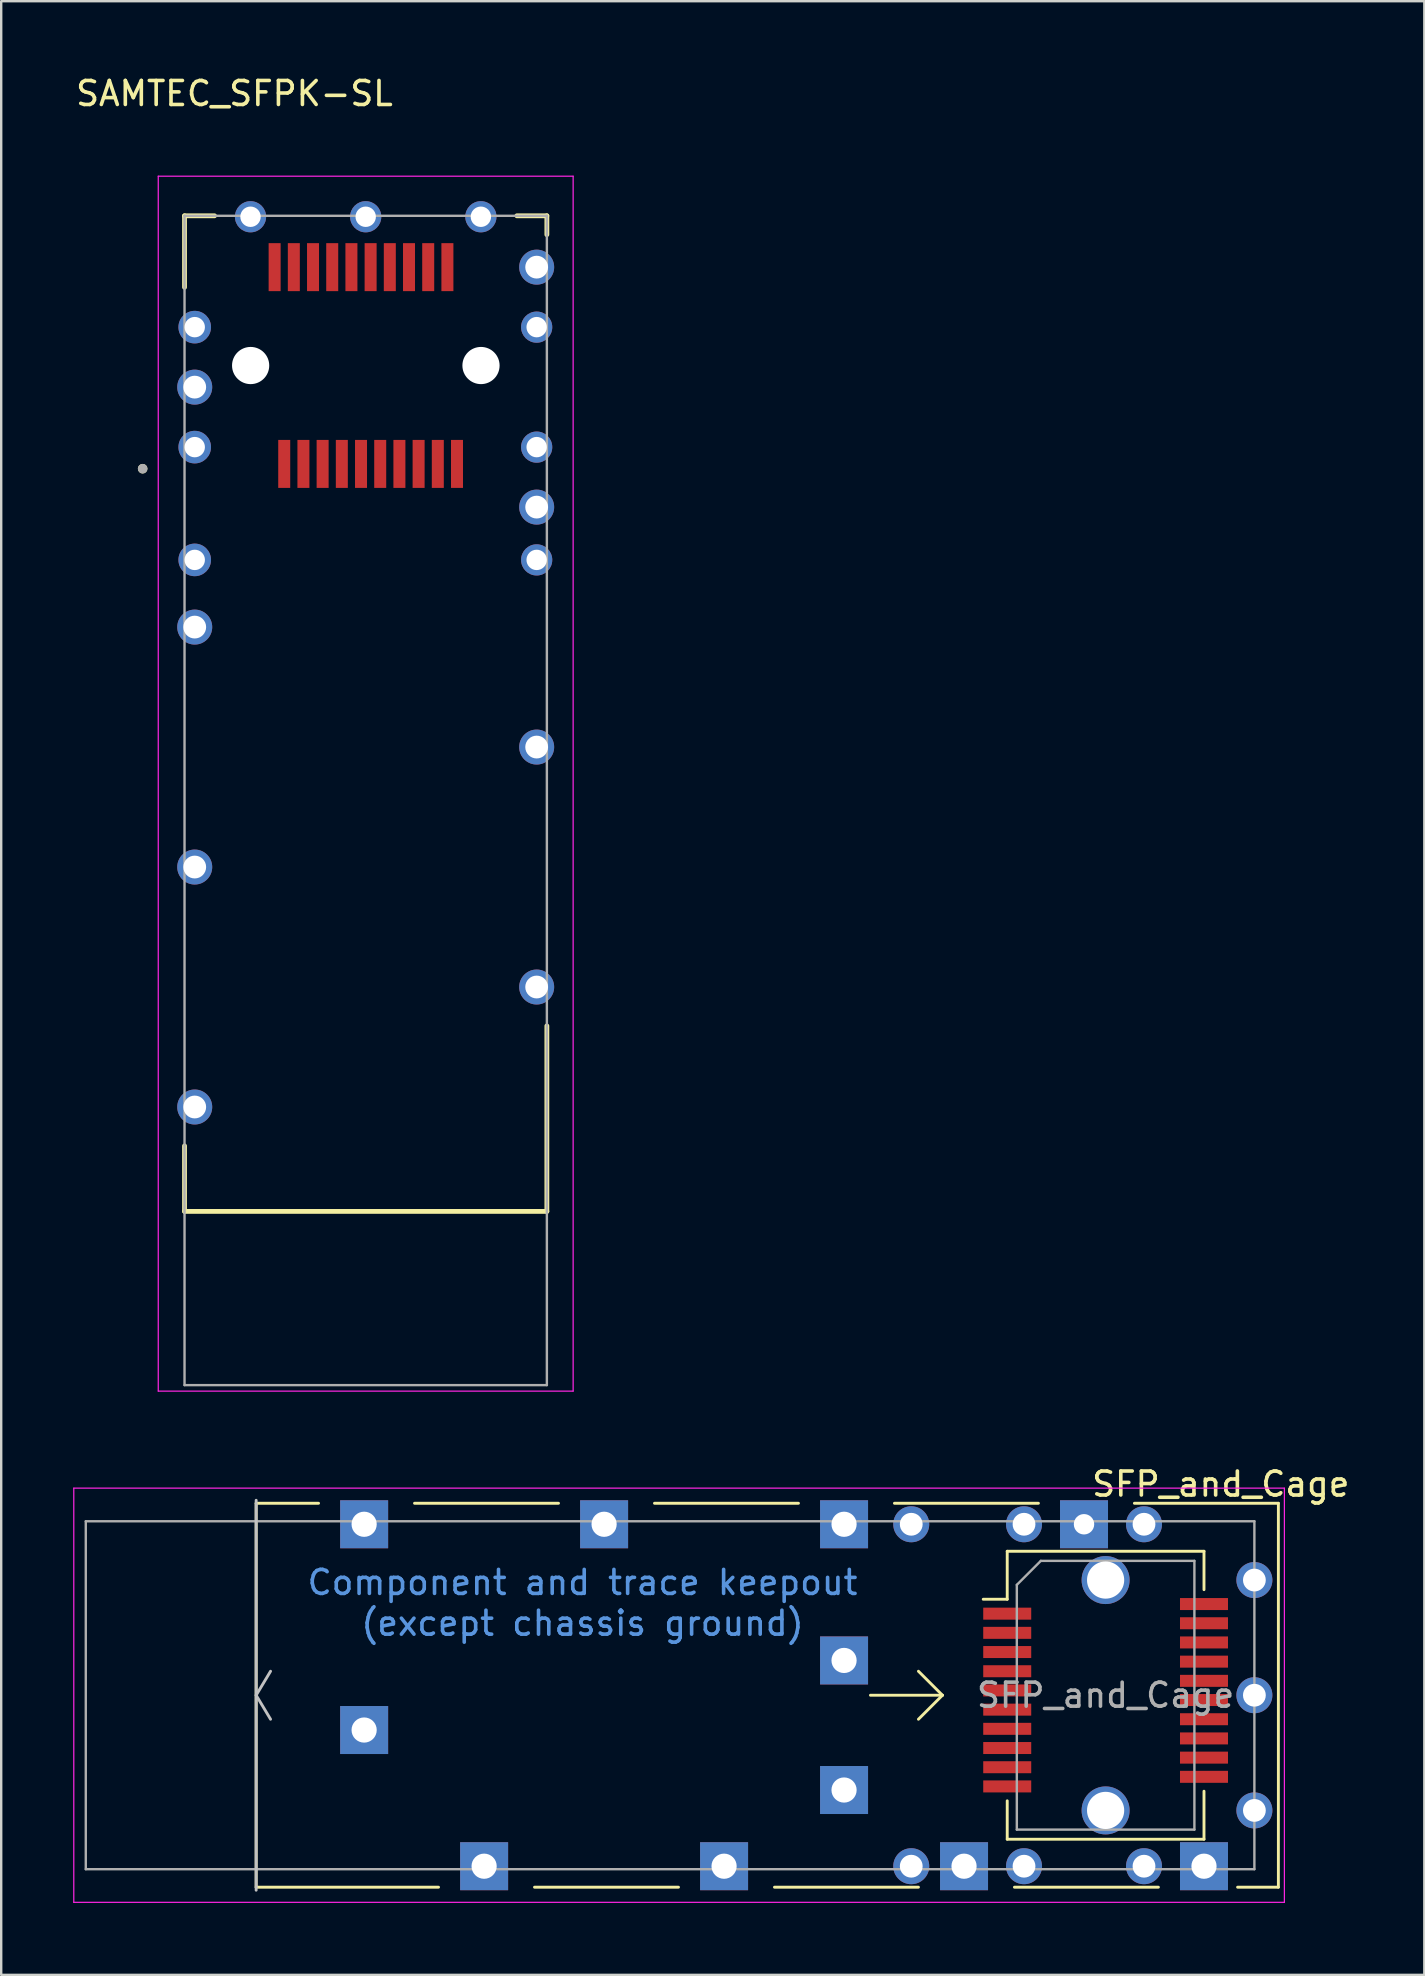
<source format=kicad_pcb>
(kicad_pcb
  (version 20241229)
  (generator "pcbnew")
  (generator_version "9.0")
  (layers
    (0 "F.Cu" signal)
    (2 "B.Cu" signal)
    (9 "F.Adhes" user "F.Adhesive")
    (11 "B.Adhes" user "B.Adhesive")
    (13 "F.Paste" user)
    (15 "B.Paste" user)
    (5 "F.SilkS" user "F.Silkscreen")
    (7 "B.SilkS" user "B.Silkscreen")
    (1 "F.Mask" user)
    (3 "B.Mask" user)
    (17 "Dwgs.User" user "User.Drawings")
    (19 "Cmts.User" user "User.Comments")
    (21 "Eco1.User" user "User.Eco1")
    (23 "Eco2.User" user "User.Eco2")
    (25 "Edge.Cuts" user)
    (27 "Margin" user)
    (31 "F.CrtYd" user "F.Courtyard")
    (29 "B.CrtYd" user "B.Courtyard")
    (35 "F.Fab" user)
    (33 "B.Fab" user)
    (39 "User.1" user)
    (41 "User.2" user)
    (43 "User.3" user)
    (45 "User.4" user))
  (footprint "SFP_and_Cage"
    (layer "F.Cu")
    (at 49.225 67.597)
    (property "Reference" "SFP_and_Cage" (at -1.4 -8.8 0) (layer "F.SilkS") (effects (font (size 1 1) (thickness 0.15))))
    (fp_line (start -41.6 8) (end -41.6 -8) (stroke (width 0.12) (type solid)) (layer "F.SilkS"))
    (fp_line (start -39 -8) (end -41.6 -8) (stroke (width 0.12) (type solid)) (layer "F.SilkS"))
    (fp_line (start -34 8) (end -41.6 8) (stroke (width 0.12) (type solid)) (layer "F.SilkS"))
    (fp_line (start -30 8) (end -24 8) (stroke (width 0.12) (type solid)) (layer "F.SilkS"))
    (fp_line (start -29 -8) (end -35 -8) (stroke (width 0.12) (type solid)) (layer "F.SilkS"))
    (fp_line (start -20 8) (end -14 8) (stroke (width 0.12) (type solid)) (layer "F.SilkS"))
    (fp_line (start -19 -8) (end -25 -8) (stroke (width 0.12) (type solid)) (layer "F.SilkS"))
    (fp_line (start -13 0) (end -16 0) (stroke (width 0.12) (type solid)) (layer "F.SilkS"))
    (fp_line (start -13 0) (end -14 -1) (stroke (width 0.12) (type solid)) (layer "F.SilkS"))
    (fp_line (start -13 0) (end -14 1) (stroke (width 0.12) (type solid)) (layer "F.SilkS"))
    (fp_line (start -10.3 -6) (end -10.3 -4) (stroke (width 0.12) (type solid)) (layer "F.SilkS"))
    (fp_line (start -10.3 -4) (end -11.3 -4) (stroke (width 0.12) (type solid)) (layer "F.SilkS"))
    (fp_line (start -10.3 4.4) (end -10.3 6) (stroke (width 0.12) (type solid)) (layer "F.SilkS"))
    (fp_line (start -10 8) (end -4 8) (stroke (width 0.12) (type solid)) (layer "F.SilkS"))
    (fp_line (start -9 -8) (end -15 -8) (stroke (width 0.12) (type solid)) (layer "F.SilkS"))
    (fp_line (start -2.1 -6) (end -10.3 -6) (stroke (width 0.12) (type solid)) (layer "F.SilkS"))
    (fp_line (start -2.1 -4.4) (end -2.1 -6) (stroke (width 0.12) (type solid)) (layer "F.SilkS"))
    (fp_line (start -2.1 4) (end -2.1 6) (stroke (width 0.12) (type solid)) (layer "F.SilkS"))
    (fp_line (start -2.1 6) (end -10.3 6) (stroke (width 0.12) (type solid)) (layer "F.SilkS"))
    (fp_line (start -0.7 8) (end 1 8) (stroke (width 0.12) (type solid)) (layer "F.SilkS"))
    (fp_line (start 1 -8) (end -5 -8) (stroke (width 0.12) (type solid)) (layer "F.SilkS"))
    (fp_line (start 1 8) (end 1 -8) (stroke (width 0.12) (type solid)) (layer "F.SilkS"))
    (fp_line (start -41.6 0) (end -41 -1) (stroke (width 0.12) (type solid)) (layer "Dwgs.User"))
    (fp_line (start -41.6 8.125) (end -41.6 -8.125) (stroke (width 0.12) (type solid)) (layer "Dwgs.User"))
    (fp_line (start -41 1) (end -41.6 0) (stroke (width 0.12) (type solid)) (layer "Dwgs.User"))
    (fp_line (start -49.2 -8.63) (end -49.2 8.63) (stroke (width 0.05) (type solid)) (layer "F.CrtYd"))
    (fp_line (start -49.2 -8.63) (end 1.25 -8.63) (stroke (width 0.05) (type solid)) (layer "F.CrtYd"))
    (fp_line (start 1.25 8.63) (end -49.2 8.63) (stroke (width 0.05) (type solid)) (layer "F.CrtYd"))
    (fp_line (start 1.25 8.63) (end 1.25 -8.63) (stroke (width 0.05) (type solid)) (layer "F.CrtYd"))
    (fp_line (start -48.7 -7.25) (end -48.7 7.25) (stroke (width 0.1) (type solid)) (layer "F.Fab"))
    (fp_line (start -9.9 -4.6) (end -9.9 5.6) (stroke (width 0.1) (type solid)) (layer "F.Fab"))
    (fp_line (start -9.9 -4.6) (end -8.9 -5.6) (stroke (width 0.1) (type solid)) (layer "F.Fab"))
    (fp_line (start -2.5 -5.6) (end -8.9 -5.6) (stroke (width 0.1) (type solid)) (layer "F.Fab"))
    (fp_line (start -2.5 -5.6) (end -2.5 5.6) (stroke (width 0.1) (type solid)) (layer "F.Fab"))
    (fp_line (start -2.5 5.6) (end -9.9 5.6) (stroke (width 0.1) (type solid)) (layer "F.Fab"))
    (fp_line (start 0 -7.25) (end -48.7 -7.25) (stroke (width 0.1) (type solid)) (layer "F.Fab"))
    (fp_line (start 0 -7.25) (end 0 7.25) (stroke (width 0.1) (type solid)) (layer "F.Fab"))
    (fp_line (start 0 7.25) (end -48.7 7.25) (stroke (width 0.1) (type solid)) (layer "F.Fab"))
    (fp_text user "Component and trace keepout" (at -28 -4.7 0) (layer "Cmts.User") (effects (font (size 1 1) (thickness 0.15))))
    (fp_text user "(except chassis ground)" (at -28 -3 0) (layer "Cmts.User") (effects (font (size 1 1) (thickness 0.15))))
    (fp_text user "${REFERENCE}" (at -6.2 0 0) (layer "F.Fab") (effects (font (size 1 1) (thickness 0.15))))
    (pad "" np_thru_hole circle (at -6.2 -4.8) (size 2 2) (drill 1.55) (layers "*.Cu" "*.Mask"))
    (pad "" np_thru_hole circle (at -6.2 4.8) (size 2 2) (drill 1.55) (layers "*.Cu" "*.Mask"))
    (pad "1" smd rect (at -10.3 -3.4) (size 2 0.5) (layers "F.Cu" "F.Mask" "F.Paste"))
    (pad "2" smd rect (at -10.3 -2.6) (size 2 0.5) (layers "F.Cu" "F.Mask" "F.Paste"))
    (pad "3" smd rect (at -10.3 -1.8) (size 2 0.5) (layers "F.Cu" "F.Mask" "F.Paste"))
    (pad "4" smd rect (at -10.3 -1) (size 2 0.5) (layers "F.Cu" "F.Mask" "F.Paste"))
    (pad "5" smd rect (at -10.3 -0.2) (size 2 0.5) (layers "F.Cu" "F.Mask" "F.Paste"))
    (pad "6" smd rect (at -10.3 0.6) (size 2 0.5) (layers "F.Cu" "F.Mask" "F.Paste"))
    (pad "7" smd rect (at -10.3 1.4) (size 2 0.5) (layers "F.Cu" "F.Mask" "F.Paste"))
    (pad "8" smd rect (at -10.3 2.2) (size 2 0.5) (layers "F.Cu" "F.Mask" "F.Paste"))
    (pad "9" smd rect (at -10.3 3) (size 2 0.5) (layers "F.Cu" "F.Mask" "F.Paste"))
    (pad "10" smd rect (at -10.3 3.8) (size 2 0.5) (layers "F.Cu" "F.Mask" "F.Paste"))
    (pad "11" smd rect (at -2.1 3.4) (size 2 0.5) (layers "F.Cu" "F.Mask" "F.Paste"))
    (pad "12" smd rect (at -2.1 2.6) (size 2 0.5) (layers "F.Cu" "F.Mask" "F.Paste"))
    (pad "13" smd rect (at -2.1 1.8) (size 2 0.5) (layers "F.Cu" "F.Mask" "F.Paste"))
    (pad "14" smd rect (at -2.1 1) (size 2 0.5) (layers "F.Cu" "F.Mask" "F.Paste"))
    (pad "15" smd rect (at -2.1 0.2) (size 2 0.5) (layers "F.Cu" "F.Mask" "F.Paste"))
    (pad "16" smd rect (at -2.1 -0.6) (size 2 0.5) (layers "F.Cu" "F.Mask" "F.Paste"))
    (pad "17" smd rect (at -2.1 -1.4) (size 2 0.5) (layers "F.Cu" "F.Mask" "F.Paste"))
    (pad "18" smd rect (at -2.1 -2.2) (size 2 0.5) (layers "F.Cu" "F.Mask" "F.Paste"))
    (pad "19" smd rect (at -2.1 -3) (size 2 0.5) (layers "F.Cu" "F.Mask" "F.Paste"))
    (pad "20" smd rect (at -2.1 -3.8) (size 2 0.5) (layers "F.Cu" "F.Mask" "F.Paste"))
    (pad "CAGE" thru_hole rect (at -37.1 -7.125) (size 2 2) (drill 1.05) (layers "*.Cu" "*.Mask"))
    (pad "CAGE" thru_hole rect (at -37.1 1.45) (size 2 2) (drill 1.05) (layers "*.Cu" "*.Mask"))
    (pad "CAGE" thru_hole rect (at -32.1 7.125) (size 2 2) (drill 1.05) (layers "*.Cu" "*.Mask"))
    (pad "CAGE" thru_hole rect (at -27.1 -7.125) (size 2 2) (drill 1.05) (layers "*.Cu" "*.Mask"))
    (pad "CAGE" thru_hole rect (at -22.1 7.125) (size 2 2) (drill 1.05) (layers "*.Cu" "*.Mask"))
    (pad "CAGE" thru_hole rect (at -17.1 -7.125) (size 2 2) (drill 1.05) (layers "*.Cu" "*.Mask"))
    (pad "CAGE" thru_hole rect (at -17.1 -1.45) (size 2 2) (drill 1.05) (layers "*.Cu" "*.Mask"))
    (pad "CAGE" thru_hole rect (at -17.1 3.95) (size 2 2) (drill 1.05) (layers "*.Cu" "*.Mask"))
    (pad "CAGE" thru_hole circle (at -14.3 -7.125) (size 1.5 1.5) (drill 0.95) (layers "*.Cu" "*.Mask"))
    (pad "CAGE" thru_hole circle (at -14.3 7.125) (size 1.5 1.5) (drill 0.95) (layers "*.Cu" "*.Mask"))
    (pad "CAGE" thru_hole rect (at -12.1 7.125) (size 2 2) (drill 1.05) (layers "*.Cu" "*.Mask"))
    (pad "CAGE" thru_hole circle (at -9.6 -7.125) (size 1.5 1.5) (drill 0.95) (layers "*.Cu" "*.Mask"))
    (pad "CAGE" thru_hole circle (at -9.6 7.125) (size 1.5 1.5) (drill 0.95) (layers "*.Cu" "*.Mask"))
    (pad "CAGE" thru_hole rect (at -7.1 -7.125) (size 2 2) (drill 0.85) (layers "*.Cu" "*.Mask"))
    (pad "CAGE" thru_hole circle (at -4.6 -7.125) (size 1.5 1.5) (drill 0.95) (layers "*.Cu" "*.Mask"))
    (pad "CAGE" thru_hole circle (at -4.6 7.125) (size 1.5 1.5) (drill 0.95) (layers "*.Cu" "*.Mask"))
    (pad "CAGE" thru_hole rect (at -2.1 7.125) (size 2 2) (drill 1.05) (layers "*.Cu" "*.Mask"))
    (pad "CAGE" thru_hole circle (at 0 -4.8) (size 1.5 1.5) (drill 0.95) (layers "*.Cu" "*.Mask"))
    (pad "CAGE" thru_hole circle (at 0 0) (size 1.5 1.5) (drill 0.95) (layers "*.Cu" "*.Mask"))
    (pad "CAGE" thru_hole circle (at 0 4.8) (size 1.5 1.5) (drill 0.95) (layers "*.Cu" "*.Mask"))
    (zone (net_name "") (layer "F.Cu") (hatch full 0.508) (connect_pads) (min_thickness 0.254) (filled_areas_thickness no) (keepout (tracks not_allowed) (vias allowed) (pads allowed) (copperpour allowed) (footprints not_allowed)) (placement (enabled no)) (fill) (polygon (pts (xy 49.925 63.996) (xy 48.925 63.996) (xy 48.925 61.496) (xy 34.425 61.496) (xy 34.425 73.697) (xy 48.925 73.697) (xy 48.925 70.697) (xy 49.925 70.697) (xy 49.925 75.722) (xy 7.625 75.722) (xy 7.625 59.471) (xy 49.925 59.471)))))
  (footprint "SAMTEC_SFPK-SL"
    (layer "F.Cu")
    (at 12.19 12.183)
    (property "Reference" "SAMTEC_SFPK-SL" (at -5.47 -11.335 0) (layer "F.SilkS") (effects (font (size 1 1) (thickness 0.15))))
    (fp_line (start -7.55 -6.24) (end -6.3 -6.24) (stroke (width 0.2) (type solid)) (layer "F.SilkS"))
    (fp_line (start -7.55 -3.26) (end -7.55 -6.24) (stroke (width 0.2) (type solid)) (layer "F.SilkS"))
    (fp_line (start -7.55 35.25) (end -7.55 32.52) (stroke (width 0.2) (type solid)) (layer "F.SilkS"))
    (fp_line (start 6.3 -6.24) (end 7.55 -6.24) (stroke (width 0.2) (type solid)) (layer "F.SilkS"))
    (fp_line (start 7.55 -6.24) (end 7.55 -5.454) (stroke (width 0.2) (type solid)) (layer "F.SilkS"))
    (fp_line (start 7.55 27.52) (end 7.55 35.25) (stroke (width 0.2) (type solid)) (layer "F.SilkS"))
    (fp_line (start 7.55 35.25) (end -7.55 35.25) (stroke (width 0.2) (type solid)) (layer "F.SilkS"))
    (fp_circle (center -9.295 4.3) (end -9.195 4.3) (stroke (width 0.2) (type solid)) (fill no) (layer "F.SilkS"))
    (fp_poly (pts (xy -8.395 -0.37) (xy -5.855 -0.37) (xy -5.855 2.17) (xy -8.395 2.17)) (stroke (width 0.01) (type solid)) (fill yes) (layer "F.Paste"))
    (fp_poly (pts (xy -8.395 9.63) (xy -5.855 9.63) (xy -5.855 12.17) (xy -8.395 12.17)) (stroke (width 0.01) (type solid)) (fill yes) (layer "F.Paste"))
    (fp_poly (pts (xy -8.395 19.63) (xy -5.855 19.63) (xy -5.855 22.17) (xy -8.395 22.17)) (stroke (width 0.01) (type solid)) (fill yes) (layer "F.Paste"))
    (fp_poly (pts (xy -8.395 29.63) (xy -5.855 29.63) (xy -5.855 32.17) (xy -8.395 32.17)) (stroke (width 0.01) (type solid)) (fill yes) (layer "F.Paste"))
    (fp_poly (pts (xy -8.275 -2.91) (xy -5.985 -2.91) (xy -5.985 -0.62) (xy -8.275 -0.62)) (stroke (width 0.01) (type solid)) (fill yes) (layer "F.Paste"))
    (fp_poly (pts (xy -8.275 2.43) (xy -5.985 2.43) (xy -5.985 4.72) (xy -8.275 4.72)) (stroke (width 0.01) (type solid)) (fill yes) (layer "F.Paste"))
    (fp_poly (pts (xy -8.275 6.96) (xy -5.985 6.96) (xy -5.985 9.25) (xy -8.275 9.25)) (stroke (width 0.01) (type solid)) (fill yes) (layer "F.Paste"))
    (fp_poly (pts (xy -5.945 -7.64) (xy -3.655 -7.64) (xy -3.655 -5.35) (xy -5.945 -5.35)) (stroke (width 0.01) (type solid)) (fill yes) (layer "F.Paste"))
    (fp_poly (pts (xy -1.145 -7.64) (xy 1.145 -7.64) (xy 1.145 -5.35) (xy -1.145 -5.35)) (stroke (width 0.01) (type solid)) (fill yes) (layer "F.Paste"))
    (fp_poly (pts (xy 3.655 -7.64) (xy 5.945 -7.64) (xy 5.945 -5.35) (xy 3.655 -5.35)) (stroke (width 0.01) (type solid)) (fill yes) (layer "F.Paste"))
    (fp_poly (pts (xy 5.855 -5.104) (xy 8.395 -5.104) (xy 8.395 -2.564) (xy 5.855 -2.564)) (stroke (width 0.01) (type solid)) (fill yes) (layer "F.Paste"))
    (fp_poly (pts (xy 5.855 4.63) (xy 8.395 4.63) (xy 8.395 7.17) (xy 5.855 7.17)) (stroke (width 0.01) (type solid)) (fill yes) (layer "F.Paste"))
    (fp_poly (pts (xy 5.855 14.63) (xy 8.395 14.63) (xy 8.395 17.17) (xy 5.855 17.17)) (stroke (width 0.01) (type solid)) (fill yes) (layer "F.Paste"))
    (fp_poly (pts (xy 5.855 24.63) (xy 8.395 24.63) (xy 8.395 27.17) (xy 5.855 27.17)) (stroke (width 0.01) (type solid)) (fill yes) (layer "F.Paste"))
    (fp_poly (pts (xy 5.985 2.09) (xy 8.275 2.09) (xy 8.275 4.38) (xy 5.985 4.38)) (stroke (width 0.01) (type solid)) (fill yes) (layer "F.Paste"))
    (fp_poly (pts (xy 5.985 7.43) (xy 8.275 7.43) (xy 8.275 9.72) (xy 5.985 9.72)) (stroke (width 0.01) (type solid)) (fill yes) (layer "F.Paste"))
    (fp_poly (pts (xy 5.985 -2.3) (xy 8.275 -2.3) (xy 8.275 -0.01) (xy 5.985 -0.01)) (stroke (width 0.01) (type solid)) (fill yes) (layer "F.Paste"))
    (fp_line (start -8.645 -7.89) (end -8.645 42.74) (stroke (width 0.05) (type solid)) (layer "F.CrtYd"))
    (fp_line (start -8.645 42.74) (end 8.645 42.74) (stroke (width 0.05) (type solid)) (layer "F.CrtYd"))
    (fp_line (start 8.645 -7.89) (end -8.645 -7.89) (stroke (width 0.05) (type solid)) (layer "F.CrtYd"))
    (fp_line (start 8.645 42.74) (end 8.645 -7.89) (stroke (width 0.05) (type solid)) (layer "F.CrtYd"))
    (fp_line (start -7.55 -6.24) (end 7.55 -6.24) (stroke (width 0.1) (type solid)) (layer "F.Fab"))
    (fp_line (start -7.55 42.49) (end -7.55 -6.24) (stroke (width 0.1) (type solid)) (layer "F.Fab"))
    (fp_line (start 7.55 -6.24) (end 7.55 42.49) (stroke (width 0.1) (type solid)) (layer "F.Fab"))
    (fp_line (start 7.55 42.49) (end -7.55 42.49) (stroke (width 0.1) (type solid)) (layer "F.Fab"))
    (fp_circle (center -9.295 4.3) (end -9.195 4.3) (stroke (width 0.2) (type solid)) (fill no) (layer "F.Fab"))
    (pad "" np_thru_hole circle (at -4.795 0) (size 1.55 1.55) (drill 1.55) (layers "*.Cu" "*.Mask"))
    (pad "" np_thru_hole circle (at 4.805 0) (size 1.55 1.55) (drill 1.55) (layers "*.Cu" "*.Mask"))
    (pad "01" smd rect (at -3.395 4.1) (size 0.5 2) (layers "F.Cu" "F.Mask" "F.Paste"))
    (pad "02" smd rect (at -2.595 4.1) (size 0.5 2) (layers "F.Cu" "F.Mask" "F.Paste"))
    (pad "03" smd rect (at -1.795 4.1) (size 0.5 2) (layers "F.Cu" "F.Mask" "F.Paste"))
    (pad "04" smd rect (at -0.995 4.1) (size 0.5 2) (layers "F.Cu" "F.Mask" "F.Paste"))
    (pad "05" smd rect (at -0.195 4.1) (size 0.5 2) (layers "F.Cu" "F.Mask" "F.Paste"))
    (pad "06" smd rect (at 0.605 4.1) (size 0.5 2) (layers "F.Cu" "F.Mask" "F.Paste"))
    (pad "07" smd rect (at 1.405 4.1) (size 0.5 2) (layers "F.Cu" "F.Mask" "F.Paste"))
    (pad "08" smd rect (at 2.205 4.1) (size 0.5 2) (layers "F.Cu" "F.Mask" "F.Paste"))
    (pad "09" smd rect (at 3.005 4.1) (size 0.5 2) (layers "F.Cu" "F.Mask" "F.Paste"))
    (pad "10" smd rect (at 3.805 4.1) (size 0.5 2) (layers "F.Cu" "F.Mask" "F.Paste"))
    (pad "11" smd rect (at 3.405 -4.1) (size 0.5 2) (layers "F.Cu" "F.Mask" "F.Paste"))
    (pad "12" smd rect (at 2.605 -4.1) (size 0.5 2) (layers "F.Cu" "F.Mask" "F.Paste"))
    (pad "13" smd rect (at 1.805 -4.1) (size 0.5 2) (layers "F.Cu" "F.Mask" "F.Paste"))
    (pad "14" smd rect (at 1.005 -4.1) (size 0.5 2) (layers "F.Cu" "F.Mask" "F.Paste"))
    (pad "15" smd rect (at 0.205 -4.1) (size 0.5 2) (layers "F.Cu" "F.Mask" "F.Paste"))
    (pad "16" smd rect (at -0.595 -4.1) (size 0.5 2) (layers "F.Cu" "F.Mask" "F.Paste"))
    (pad "17" smd rect (at -1.395 -4.1) (size 0.5 2) (layers "F.Cu" "F.Mask" "F.Paste"))
    (pad "18" smd rect (at -2.195 -4.1) (size 0.5 2) (layers "F.Cu" "F.Mask" "F.Paste"))
    (pad "19" smd rect (at -2.995 -4.1) (size 0.5 2) (layers "F.Cu" "F.Mask" "F.Paste"))
    (pad "20" smd rect (at -3.795 -4.1) (size 0.5 2) (layers "F.Cu" "F.Mask" "F.Paste"))
    (pad "S1" thru_hole circle (at 4.8 -6.2) (size 1.3 1.3) (drill 0.85) (layers "*.Cu" "*.Mask"))
    (pad "S2" thru_hole circle (at 0 -6.2) (size 1.3 1.3) (drill 0.85) (layers "*.Cu" "*.Mask"))
    (pad "S3" thru_hole circle (at -4.8 -6.2) (size 1.3 1.3) (drill 0.85) (layers "*.Cu" "*.Mask"))
    (pad "S4" thru_hole circle (at -7.125 -1.6) (size 1.358 1.358) (drill 0.85) (layers "*.Cu" "*.Mask"))
    (pad "S5" thru_hole circle (at -7.125 0.9) (size 1.458 1.458) (drill 0.95) (layers "*.Cu" "*.Mask"))
    (pad "S6" thru_hole circle (at -7.125 3.4) (size 1.358 1.358) (drill 0.85) (layers "*.Cu" "*.Mask"))
    (pad "S7" thru_hole circle (at -7.125 8.1) (size 1.358 1.358) (drill 0.85) (layers "*.Cu" "*.Mask"))
    (pad "S8" thru_hole circle (at -7.125 10.9) (size 1.458 1.458) (drill 0.95) (layers "*.Cu" "*.Mask"))
    (pad "S9" thru_hole circle (at -7.125 20.9) (size 1.458 1.458) (drill 0.95) (layers "*.Cu" "*.Mask"))
    (pad "S10" thru_hole circle (at -7.125 30.9) (size 1.458 1.458) (drill 0.95) (layers "*.Cu" "*.Mask"))
    (pad "S11" thru_hole circle (at 7.125 25.9) (size 1.458 1.458) (drill 0.95) (layers "*.Cu" "*.Mask"))
    (pad "S12" thru_hole circle (at 7.125 15.9) (size 1.458 1.458) (drill 0.95) (layers "*.Cu" "*.Mask"))
    (pad "S13" thru_hole circle (at 7.125 8.1) (size 1.3 1.3) (drill 0.85) (layers "*.Cu" "*.Mask"))
    (pad "S14" thru_hole circle (at 7.125 5.9) (size 1.458 1.458) (drill 0.95) (layers "*.Cu" "*.Mask"))
    (pad "S15" thru_hole circle (at 7.125 3.4) (size 1.3 1.3) (drill 0.85) (layers "*.Cu" "*.Mask"))
    (pad "S16" thru_hole circle (at 7.125 -1.6) (size 1.3 1.3) (drill 0.85) (layers "*.Cu" "*.Mask"))
    (pad "S17" thru_hole circle (at 7.125 -4.1) (size 1.458 1.458) (drill 0.95) (layers "*.Cu" "*.Mask"))
    (zone (net_name "") (layers "F.Cu" "B.Cu") (hatch full 0.508) (connect_pads) (min_thickness 0.01) (filled_areas_thickness no) (keepout (tracks allowed) (vias not_allowed) (pads allowed) (copperpour allowed) (footprints allowed)) (placement (enabled no)) (fill) (polygon (pts (xy 6.065 21.083) (xy 4.065 21.083) (xy 4.065 22.083) (xy 6.065 22.083) (xy 6.065 24.083) (xy 4.065 24.083) (xy 4.065 32.083) (xy 6.065 32.083) (xy 6.065 34.083) (xy 4.065 34.083) (xy 4.065 42.083) (xy 6.065 42.083) (xy 6.065 44.083) (xy 4.065 44.083) (xy 4.065 47.583) (xy 20.315 47.583) (xy 20.315 39.083) (xy 18.315 39.083) (xy 18.315 37.083) (xy 20.315 37.083) (xy 20.315 29.083) (xy 18.315 29.083) (xy 18.315 27.083) (xy 20.315 27.083) (xy 20.315 21.833) (xy 18.315 21.833) (xy 18.315 20.783) (xy 6.065 20.783)))))
  (gr_rect
    (start -3 -3)
    (end 56.307 79.251)
    (stroke (width 0.1) (type default))
    (fill no)
    (layer "Edge.Cuts")))
</source>
